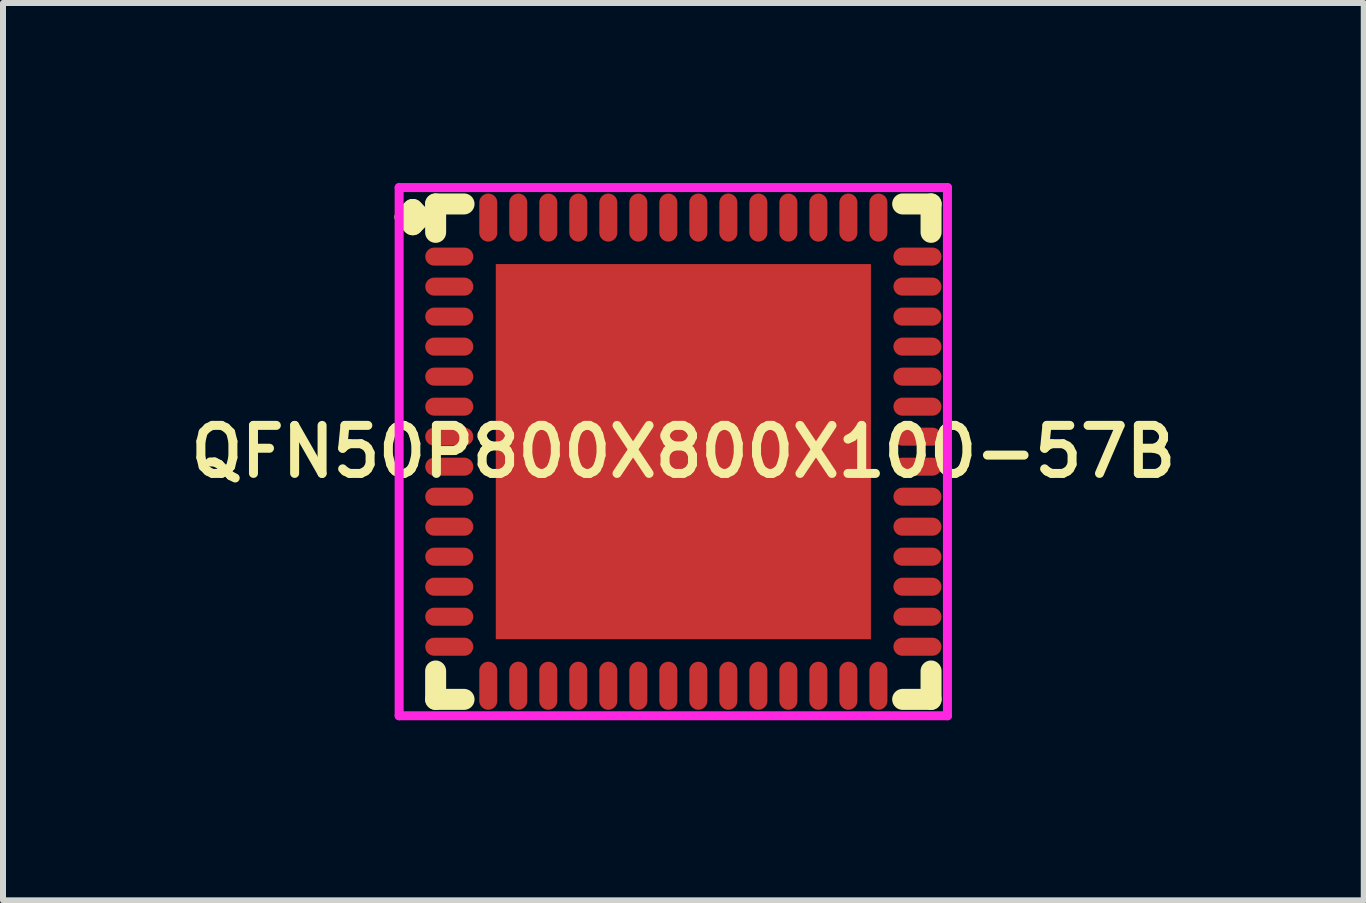
<source format=kicad_pcb>
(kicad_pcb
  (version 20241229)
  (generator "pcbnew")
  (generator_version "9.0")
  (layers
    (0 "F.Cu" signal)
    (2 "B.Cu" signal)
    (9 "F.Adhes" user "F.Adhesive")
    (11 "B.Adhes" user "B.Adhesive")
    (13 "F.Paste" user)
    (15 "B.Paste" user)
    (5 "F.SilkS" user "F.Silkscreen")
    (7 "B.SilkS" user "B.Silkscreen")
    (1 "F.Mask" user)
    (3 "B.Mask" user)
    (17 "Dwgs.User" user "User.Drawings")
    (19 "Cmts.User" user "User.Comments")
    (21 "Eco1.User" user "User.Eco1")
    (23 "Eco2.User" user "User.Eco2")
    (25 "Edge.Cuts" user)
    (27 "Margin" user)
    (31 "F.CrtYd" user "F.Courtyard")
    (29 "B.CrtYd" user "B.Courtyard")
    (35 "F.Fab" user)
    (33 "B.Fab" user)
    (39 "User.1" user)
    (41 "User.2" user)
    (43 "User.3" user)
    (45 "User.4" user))
  (footprint "QFN50P800X800X100-57B"
    (layer "F.Cu")
    (at 8.335 4.475)
    (property "Reference" "QFN50P800X800X100-57B" (at 0 0 0) (layer "F.SilkS") (effects (font (size 0.8 0.8) (thickness 0.15))))
    (attr through_hole)
    (fp_line (start -4.635 -3.908) (end -4.508 -4.035) (stroke (width 0.35) (type solid)) (layer "F.SilkS"))
    (fp_line (start -4.508 -4.035) (end -4.381 -3.908) (stroke (width 0.35) (type solid)) (layer "F.SilkS"))
    (fp_line (start -4.508 -3.781) (end -4.635 -3.908) (stroke (width 0.35) (type solid)) (layer "F.SilkS"))
    (fp_line (start -4.381 -3.908) (end -4.508 -3.781) (stroke (width 0.35) (type solid)) (layer "F.SilkS"))
    (fp_line (start -4.127 -4.127) (end -3.654 -4.127) (stroke (width 0.35) (type solid)) (layer "F.SilkS"))
    (fp_line (start -4.127 -3.654) (end -4.127 -4.127) (stroke (width 0.35) (type solid)) (layer "F.SilkS"))
    (fp_line (start -4.127 3.654) (end -4.127 4.127) (stroke (width 0.35) (type solid)) (layer "F.SilkS"))
    (fp_line (start -4.127 4.127) (end -3.654 4.127) (stroke (width 0.35) (type solid)) (layer "F.SilkS"))
    (fp_line (start 3.654 -4.127) (end 4.127 -4.127) (stroke (width 0.35) (type solid)) (layer "F.SilkS"))
    (fp_line (start 3.654 4.127) (end 4.127 4.127) (stroke (width 0.35) (type solid)) (layer "F.SilkS"))
    (fp_line (start 4.127 -4.127) (end 4.127 -3.654) (stroke (width 0.35) (type solid)) (layer "F.SilkS"))
    (fp_line (start 4.127 4.127) (end 4.127 3.654) (stroke (width 0.35) (type solid)) (layer "F.SilkS"))
    (fp_line (start -4.735 -4.4) (end 4.4 -4.4) (stroke (width 0.15) (type solid)) (layer "F.CrtYd"))
    (fp_line (start -4.735 4.4) (end -4.735 -4.4) (stroke (width 0.15) (type solid)) (layer "F.CrtYd"))
    (fp_line (start 4.4 -4.4) (end 4.4 4.4) (stroke (width 0.15) (type solid)) (layer "F.CrtYd"))
    (fp_line (start 4.4 4.4) (end -4.735 4.4) (stroke (width 0.15) (type solid)) (layer "F.CrtYd"))
    (pad "1" smd oval (at -3.9 -3.25) (size 0.8 0.3) (layers "F.Cu" "F.Mask" "F.Paste"))
    (pad "2" smd oval (at -3.9 -2.75) (size 0.8 0.3) (layers "F.Cu" "F.Mask" "F.Paste"))
    (pad "3" smd oval (at -3.9 -2.25) (size 0.8 0.3) (layers "F.Cu" "F.Mask" "F.Paste"))
    (pad "4" smd oval (at -3.9 -1.75) (size 0.8 0.3) (layers "F.Cu" "F.Mask" "F.Paste"))
    (pad "5" smd oval (at -3.9 -1.25) (size 0.8 0.3) (layers "F.Cu" "F.Mask" "F.Paste"))
    (pad "6" smd oval (at -3.9 -0.75) (size 0.8 0.3) (layers "F.Cu" "F.Mask" "F.Paste"))
    (pad "7" smd oval (at -3.9 -0.25) (size 0.8 0.3) (layers "F.Cu" "F.Mask" "F.Paste"))
    (pad "8" smd oval (at -3.9 0.25) (size 0.8 0.3) (layers "F.Cu" "F.Mask" "F.Paste"))
    (pad "9" smd oval (at -3.9 0.75) (size 0.8 0.3) (layers "F.Cu" "F.Mask" "F.Paste"))
    (pad "10" smd oval (at -3.9 1.25) (size 0.8 0.3) (layers "F.Cu" "F.Mask" "F.Paste"))
    (pad "11" smd oval (at -3.9 1.75) (size 0.8 0.3) (layers "F.Cu" "F.Mask" "F.Paste"))
    (pad "12" smd oval (at -3.9 2.25) (size 0.8 0.3) (layers "F.Cu" "F.Mask" "F.Paste"))
    (pad "13" smd oval (at -3.9 2.75) (size 0.8 0.3) (layers "F.Cu" "F.Mask" "F.Paste"))
    (pad "14" smd oval (at -3.9 3.25) (size 0.8 0.3) (layers "F.Cu" "F.Mask" "F.Paste"))
    (pad "15" smd oval (at -3.25 3.9) (size 0.3 0.8) (layers "F.Cu" "F.Mask" "F.Paste"))
    (pad "16" smd oval (at -2.75 3.9) (size 0.3 0.8) (layers "F.Cu" "F.Mask" "F.Paste"))
    (pad "17" smd oval (at -2.25 3.9) (size 0.3 0.8) (layers "F.Cu" "F.Mask" "F.Paste"))
    (pad "18" smd oval (at -1.75 3.9) (size 0.3 0.8) (layers "F.Cu" "F.Mask" "F.Paste"))
    (pad "19" smd oval (at -1.25 3.9) (size 0.3 0.8) (layers "F.Cu" "F.Mask" "F.Paste"))
    (pad "20" smd oval (at -0.75 3.9) (size 0.3 0.8) (layers "F.Cu" "F.Mask" "F.Paste"))
    (pad "21" smd oval (at -0.25 3.9) (size 0.3 0.8) (layers "F.Cu" "F.Mask" "F.Paste"))
    (pad "22" smd oval (at 0.25 3.9) (size 0.3 0.8) (layers "F.Cu" "F.Mask" "F.Paste"))
    (pad "23" smd oval (at 0.75 3.9) (size 0.3 0.8) (layers "F.Cu" "F.Mask" "F.Paste"))
    (pad "24" smd oval (at 1.25 3.9) (size 0.3 0.8) (layers "F.Cu" "F.Mask" "F.Paste"))
    (pad "25" smd oval (at 1.75 3.9) (size 0.3 0.8) (layers "F.Cu" "F.Mask" "F.Paste"))
    (pad "26" smd oval (at 2.25 3.9) (size 0.3 0.8) (layers "F.Cu" "F.Mask" "F.Paste"))
    (pad "27" smd oval (at 2.75 3.9) (size 0.3 0.8) (layers "F.Cu" "F.Mask" "F.Paste"))
    (pad "28" smd oval (at 3.25 3.9) (size 0.3 0.8) (layers "F.Cu" "F.Mask" "F.Paste"))
    (pad "29" smd oval (at 3.9 3.25) (size 0.8 0.3) (layers "F.Cu" "F.Mask" "F.Paste"))
    (pad "30" smd oval (at 3.9 2.75) (size 0.8 0.3) (layers "F.Cu" "F.Mask" "F.Paste"))
    (pad "31" smd oval (at 3.9 2.25) (size 0.8 0.3) (layers "F.Cu" "F.Mask" "F.Paste"))
    (pad "32" smd oval (at 3.9 1.75) (size 0.8 0.3) (layers "F.Cu" "F.Mask" "F.Paste"))
    (pad "33" smd oval (at 3.9 1.25) (size 0.8 0.3) (layers "F.Cu" "F.Mask" "F.Paste"))
    (pad "34" smd oval (at 3.9 0.75) (size 0.8 0.3) (layers "F.Cu" "F.Mask" "F.Paste"))
    (pad "35" smd oval (at 3.9 0.25) (size 0.8 0.3) (layers "F.Cu" "F.Mask" "F.Paste"))
    (pad "36" smd oval (at 3.9 -0.25) (size 0.8 0.3) (layers "F.Cu" "F.Mask" "F.Paste"))
    (pad "37" smd oval (at 3.9 -0.75) (size 0.8 0.3) (layers "F.Cu" "F.Mask" "F.Paste"))
    (pad "38" smd oval (at 3.9 -1.25) (size 0.8 0.3) (layers "F.Cu" "F.Mask" "F.Paste"))
    (pad "39" smd oval (at 3.9 -1.75) (size 0.8 0.3) (layers "F.Cu" "F.Mask" "F.Paste"))
    (pad "40" smd oval (at 3.9 -2.25) (size 0.8 0.3) (layers "F.Cu" "F.Mask" "F.Paste"))
    (pad "41" smd oval (at 3.9 -2.75) (size 0.8 0.3) (layers "F.Cu" "F.Mask" "F.Paste"))
    (pad "42" smd oval (at 3.9 -3.25) (size 0.8 0.3) (layers "F.Cu" "F.Mask" "F.Paste"))
    (pad "43" smd oval (at 3.25 -3.9) (size 0.3 0.8) (layers "F.Cu" "F.Mask" "F.Paste"))
    (pad "44" smd oval (at 2.75 -3.9) (size 0.3 0.8) (layers "F.Cu" "F.Mask" "F.Paste"))
    (pad "45" smd oval (at 2.25 -3.9) (size 0.3 0.8) (layers "F.Cu" "F.Mask" "F.Paste"))
    (pad "46" smd oval (at 1.75 -3.9) (size 0.3 0.8) (layers "F.Cu" "F.Mask" "F.Paste"))
    (pad "47" smd oval (at 1.25 -3.9) (size 0.3 0.8) (layers "F.Cu" "F.Mask" "F.Paste"))
    (pad "48" smd oval (at 0.75 -3.9) (size 0.3 0.8) (layers "F.Cu" "F.Mask" "F.Paste"))
    (pad "49" smd oval (at 0.25 -3.9) (size 0.3 0.8) (layers "F.Cu" "F.Mask" "F.Paste"))
    (pad "50" smd oval (at -0.25 -3.9) (size 0.3 0.8) (layers "F.Cu" "F.Mask" "F.Paste"))
    (pad "51" smd oval (at -0.75 -3.9) (size 0.3 0.8) (layers "F.Cu" "F.Mask" "F.Paste"))
    (pad "52" smd oval (at -1.25 -3.9) (size 0.3 0.8) (layers "F.Cu" "F.Mask" "F.Paste"))
    (pad "53" smd oval (at -1.75 -3.9) (size 0.3 0.8) (layers "F.Cu" "F.Mask" "F.Paste"))
    (pad "54" smd oval (at -2.25 -3.9) (size 0.3 0.8) (layers "F.Cu" "F.Mask" "F.Paste"))
    (pad "55" smd oval (at -2.75 -3.9) (size 0.3 0.8) (layers "F.Cu" "F.Mask" "F.Paste"))
    (pad "56" smd oval (at -3.25 -3.9) (size 0.3 0.8) (layers "F.Cu" "F.Mask" "F.Paste"))
    (pad "57" smd rect (at 0 0) (size 6.25 6.25) (layers "F.Cu" "F.Mask" "F.Paste")))
  (gr_rect
    (start -3 -3)
    (end 19.671 11.95)
    (stroke (width 0.1) (type default))
    (fill no)
    (layer "Edge.Cuts")))
</source>
